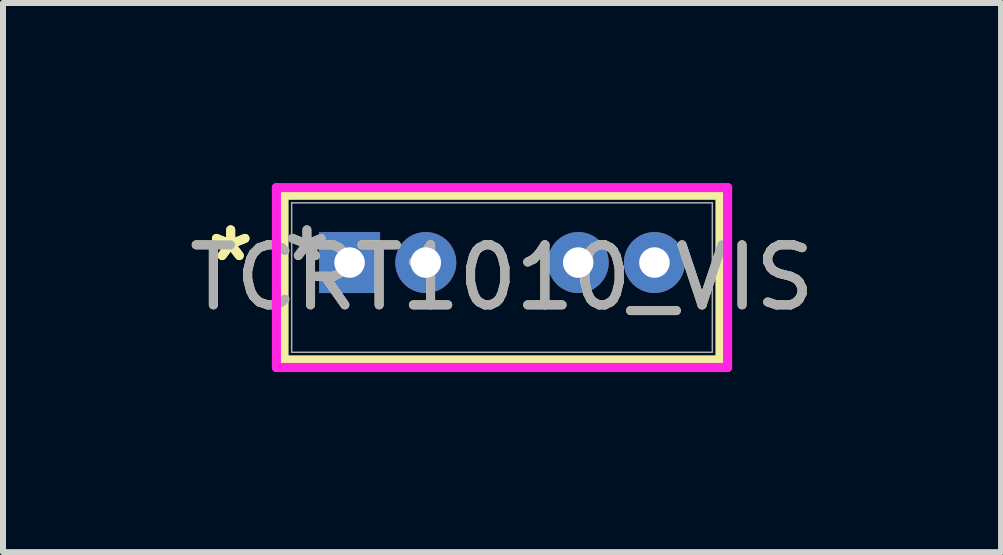
<source format=kicad_pcb>
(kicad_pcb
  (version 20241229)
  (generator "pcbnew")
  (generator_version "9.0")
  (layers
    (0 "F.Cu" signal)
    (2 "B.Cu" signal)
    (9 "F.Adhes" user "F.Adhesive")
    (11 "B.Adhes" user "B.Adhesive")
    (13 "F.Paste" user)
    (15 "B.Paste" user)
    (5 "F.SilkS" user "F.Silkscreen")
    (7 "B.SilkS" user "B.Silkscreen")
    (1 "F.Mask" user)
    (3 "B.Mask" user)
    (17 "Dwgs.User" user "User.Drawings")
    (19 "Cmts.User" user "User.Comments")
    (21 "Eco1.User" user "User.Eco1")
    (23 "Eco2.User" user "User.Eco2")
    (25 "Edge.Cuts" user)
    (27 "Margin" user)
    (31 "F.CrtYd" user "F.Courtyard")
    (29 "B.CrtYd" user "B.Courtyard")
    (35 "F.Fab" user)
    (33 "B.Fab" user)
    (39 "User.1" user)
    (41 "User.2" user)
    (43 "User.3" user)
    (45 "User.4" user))
  (footprint "TCRT1010_VIS"
    (layer "F.Cu")
    (at 2.775 1.325)
    (property "Reference" "TCRT1010_VIS" (at 2.54 0.25 0) (unlocked yes) (layer "F.SilkS") (effects (font (size 1 1) (thickness 0.15))))
    (attr through_hole)
    (fp_line (start -1.092 -1.122) (end -1.092 1.622) (stroke (width 0.152) (type solid)) (layer "F.SilkS"))
    (fp_line (start -1.092 1.622) (end 6.172 1.622) (stroke (width 0.152) (type solid)) (layer "F.SilkS"))
    (fp_line (start 6.172 -1.122) (end -1.092 -1.122) (stroke (width 0.152) (type solid)) (layer "F.SilkS"))
    (fp_line (start 6.172 1.622) (end 6.172 -1.122) (stroke (width 0.152) (type solid)) (layer "F.SilkS"))
    (fp_line (start -1.219 -1.249) (end 6.299 -1.249) (stroke (width 0.152) (type solid)) (layer "F.CrtYd"))
    (fp_line (start -1.219 1.749) (end -1.219 -1.249) (stroke (width 0.152) (type solid)) (layer "F.CrtYd"))
    (fp_line (start 6.299 -1.249) (end 6.299 1.749) (stroke (width 0.152) (type solid)) (layer "F.CrtYd"))
    (fp_line (start 6.299 1.749) (end -1.219 1.749) (stroke (width 0.152) (type solid)) (layer "F.CrtYd"))
    (fp_line (start -0.965 -0.995) (end -0.965 1.495) (stroke (width 0.025) (type solid)) (layer "F.Fab"))
    (fp_line (start -0.965 1.495) (end 6.045 1.495) (stroke (width 0.025) (type solid)) (layer "F.Fab"))
    (fp_line (start 6.045 -0.995) (end -0.965 -0.995) (stroke (width 0.025) (type solid)) (layer "F.Fab"))
    (fp_line (start 6.045 1.495) (end 6.045 -0.995) (stroke (width 0.025) (type solid)) (layer "F.Fab"))
    (fp_text user "*" (at -1.981 0 0) (layer "F.SilkS") (effects (font (size 1 1) (thickness 0.15))))
    (fp_text user "*" (at -1.981 0 0) (unlocked yes) (layer "F.SilkS") (effects (font (size 1 1) (thickness 0.15))))
    (fp_text user "${REFERENCE}" (at 2.54 0.25 0) (unlocked yes) (layer "F.Fab") (effects (font (size 1 1) (thickness 0.15))))
    (fp_text user "*" (at -0.711 0 0) (layer "F.Fab") (effects (font (size 1 1) (thickness 0.15))))
    (fp_text user "*" (at -0.711 0 0) (unlocked yes) (layer "F.Fab") (effects (font (size 1 1) (thickness 0.15))))
    (pad "1" thru_hole rect (at 0 0) (size 1.016 1.016) (drill 0.508) (layers "*.Cu" "*.Mask"))
    (pad "2" thru_hole circle (at 1.27 0) (size 1.016 1.016) (drill 0.508) (layers "*.Cu" "*.Mask"))
    (pad "3" thru_hole circle (at 3.81 0) (size 1.016 1.016) (drill 0.508) (layers "*.Cu" "*.Mask"))
    (pad "4" thru_hole circle (at 5.08 0) (size 1.016 1.016) (drill 0.508) (layers "*.Cu" "*.Mask")))
  (gr_rect
    (start -3 -3)
    (end 13.631 6.15)
    (stroke (width 0.1) (type default))
    (fill no)
    (layer "Edge.Cuts")))
</source>
